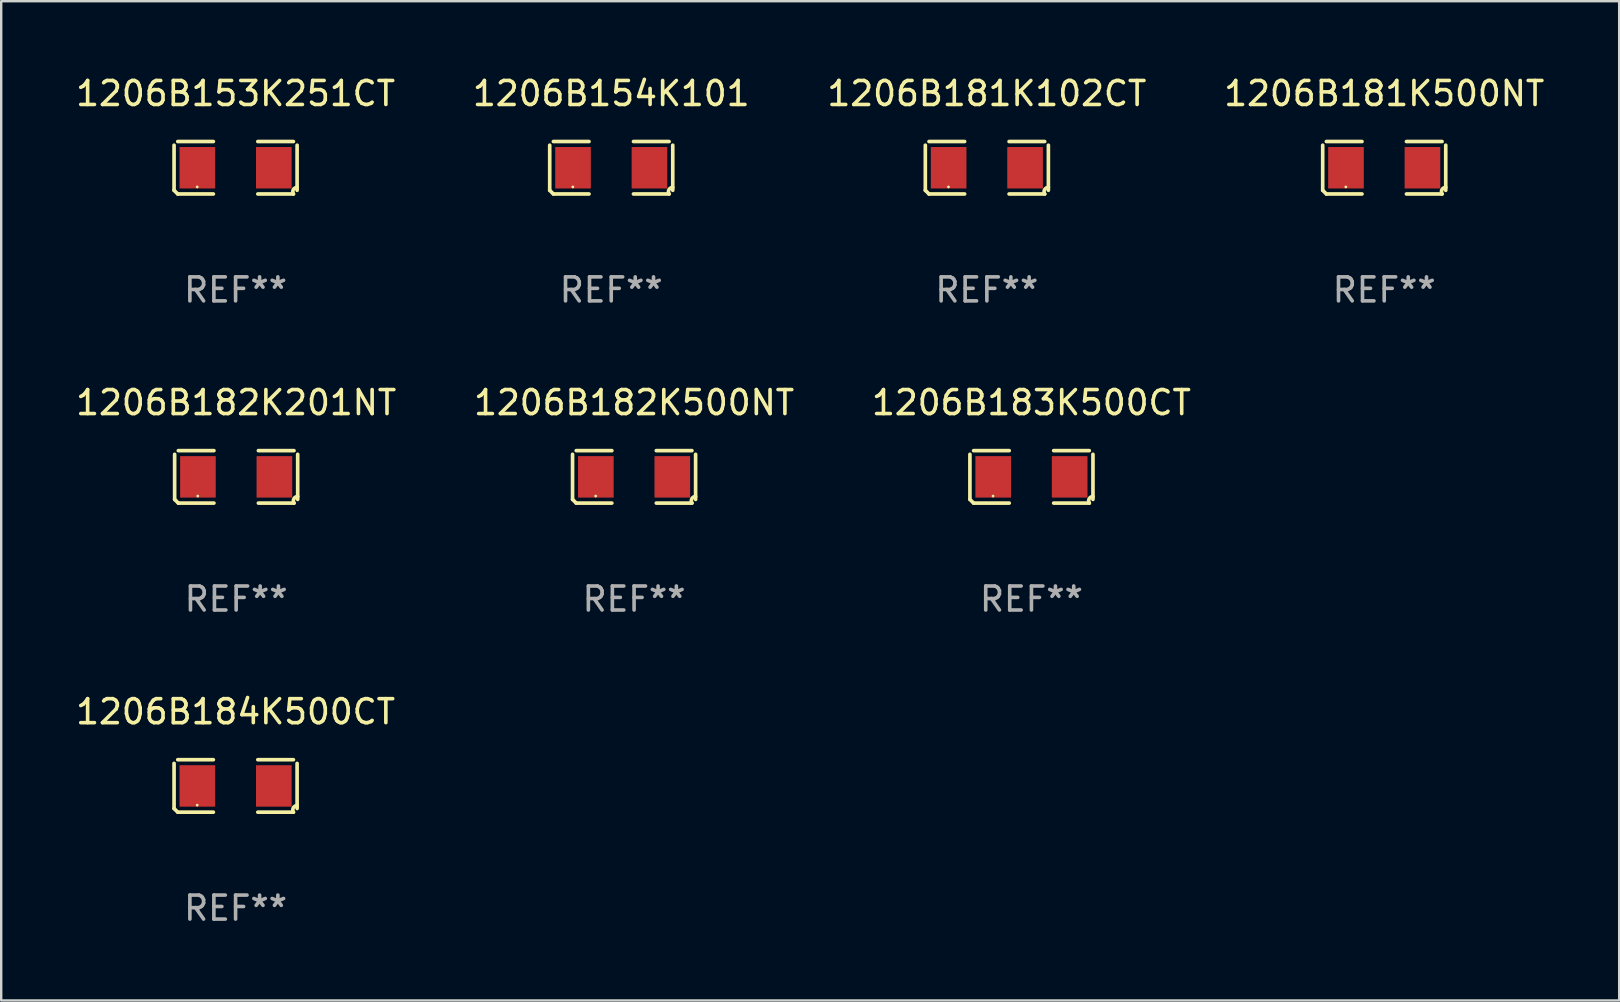
<source format=kicad_pcb>
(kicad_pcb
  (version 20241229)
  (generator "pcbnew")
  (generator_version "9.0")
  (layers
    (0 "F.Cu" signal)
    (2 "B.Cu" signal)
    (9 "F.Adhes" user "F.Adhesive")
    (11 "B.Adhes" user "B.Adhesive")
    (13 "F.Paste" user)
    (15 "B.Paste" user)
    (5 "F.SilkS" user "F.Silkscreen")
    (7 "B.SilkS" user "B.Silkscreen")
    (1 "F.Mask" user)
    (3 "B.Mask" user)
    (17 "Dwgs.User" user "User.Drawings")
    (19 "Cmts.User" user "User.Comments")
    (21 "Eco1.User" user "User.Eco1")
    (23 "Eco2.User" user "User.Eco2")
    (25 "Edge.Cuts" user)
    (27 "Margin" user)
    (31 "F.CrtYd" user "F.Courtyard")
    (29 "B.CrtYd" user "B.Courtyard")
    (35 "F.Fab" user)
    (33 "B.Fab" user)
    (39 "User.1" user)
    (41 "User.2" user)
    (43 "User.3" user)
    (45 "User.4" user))
  (footprint "1206B182K500NT"
    (layer "F.Cu")
    (at 23.375 16.823)
    (property "Reference" "1206B182K500NT" (at 0 -3.093 0) (layer "F.SilkS") (effects (font (size 1 1) (thickness 0.15))))
    (attr through_hole)
    (fp_line (start -2.564 0.94) (end -2.564 -0.94) (stroke (width 0.152) (type solid)) (layer "F.SilkS"))
    (fp_line (start -2.411 -1.093) (end -0.926 -1.093) (stroke (width 0.152) (type solid)) (layer "F.SilkS"))
    (fp_line (start -0.926 1.093) (end -2.411 1.093) (stroke (width 0.152) (type solid)) (layer "F.SilkS"))
    (fp_line (start 0.926 1.093) (end 2.411 1.093) (stroke (width 0.152) (type solid)) (layer "F.SilkS"))
    (fp_line (start 2.411 -1.093) (end 0.926 -1.093) (stroke (width 0.152) (type solid)) (layer "F.SilkS"))
    (fp_line (start 2.564 0.94) (end 2.564 -0.94) (stroke (width 0.152) (type solid)) (layer "F.SilkS"))
    (fp_arc (start -2.411201 1.092609) (mid -2.487413 1.01642) (end -2.563602 0.940208) (stroke (width 0.1524) (type solid)) (layer "F.SilkS"))
    (fp_arc (start 2.411201 1.092609) (mid 2.407159 0.911226) (end 2.563602 0.819347) (stroke (width 0.1524) (type solid)) (layer "F.SilkS"))
    (fp_circle (center -1.6 0.8) (end -1.57 0.8) (stroke (width 0.06) (type solid)) (fill no) (layer "F.SilkS"))
    (fp_text user "REF**" (at 0 5.093 0) (layer "F.Fab") (effects (font (size 1 1) (thickness 0.15))))
    (pad "1" smd rect (at -1.593 0) (size 1.485 1.728) (layers "F.Cu" "F.Mask" "F.Paste"))
    (pad "2" smd rect (at 1.593 0) (size 1.485 1.728) (layers "F.Cu" "F.Mask" "F.Paste")))
  (footprint "1206B154K101"
    (layer "F.Cu")
    (at 22.423 3.941)
    (property "Reference" "1206B154K101" (at 0 -3.093 0) (layer "F.SilkS") (effects (font (size 1 1) (thickness 0.15))))
    (attr through_hole)
    (fp_line (start -2.564 0.94) (end -2.564 -0.94) (stroke (width 0.152) (type solid)) (layer "F.SilkS"))
    (fp_line (start -2.411 -1.093) (end -0.926 -1.093) (stroke (width 0.152) (type solid)) (layer "F.SilkS"))
    (fp_line (start -0.926 1.093) (end -2.411 1.093) (stroke (width 0.152) (type solid)) (layer "F.SilkS"))
    (fp_line (start 0.926 1.093) (end 2.411 1.093) (stroke (width 0.152) (type solid)) (layer "F.SilkS"))
    (fp_line (start 2.411 -1.093) (end 0.926 -1.093) (stroke (width 0.152) (type solid)) (layer "F.SilkS"))
    (fp_line (start 2.564 0.94) (end 2.564 -0.94) (stroke (width 0.152) (type solid)) (layer "F.SilkS"))
    (fp_arc (start -2.411201 1.092609) (mid -2.487413 1.01642) (end -2.563602 0.940208) (stroke (width 0.1524) (type solid)) (layer "F.SilkS"))
    (fp_arc (start 2.411201 1.092609) (mid 2.407159 0.911226) (end 2.563602 0.819347) (stroke (width 0.1524) (type solid)) (layer "F.SilkS"))
    (fp_circle (center -1.6 0.8) (end -1.57 0.8) (stroke (width 0.06) (type solid)) (fill no) (layer "F.SilkS"))
    (fp_text user "REF**" (at 0 5.093 0) (layer "F.Fab") (effects (font (size 1 1) (thickness 0.15))))
    (pad "1" smd rect (at -1.593 0) (size 1.485 1.728) (layers "F.Cu" "F.Mask" "F.Paste"))
    (pad "2" smd rect (at 1.593 0) (size 1.485 1.728) (layers "F.Cu" "F.Mask" "F.Paste")))
  (footprint "1206B153K251CT"
    (layer "F.Cu")
    (at 6.768 3.941)
    (property "Reference" "1206B153K251CT" (at 0 -3.093 0) (layer "F.SilkS") (effects (font (size 1 1) (thickness 0.15))))
    (attr through_hole)
    (fp_line (start -2.564 0.94) (end -2.564 -0.94) (stroke (width 0.152) (type solid)) (layer "F.SilkS"))
    (fp_line (start -2.411 -1.093) (end -0.926 -1.093) (stroke (width 0.152) (type solid)) (layer "F.SilkS"))
    (fp_line (start -0.926 1.093) (end -2.411 1.093) (stroke (width 0.152) (type solid)) (layer "F.SilkS"))
    (fp_line (start 0.926 1.093) (end 2.411 1.093) (stroke (width 0.152) (type solid)) (layer "F.SilkS"))
    (fp_line (start 2.411 -1.093) (end 0.926 -1.093) (stroke (width 0.152) (type solid)) (layer "F.SilkS"))
    (fp_line (start 2.564 0.94) (end 2.564 -0.94) (stroke (width 0.152) (type solid)) (layer "F.SilkS"))
    (fp_arc (start -2.411201 1.092609) (mid -2.487413 1.01642) (end -2.563602 0.940208) (stroke (width 0.1524) (type solid)) (layer "F.SilkS"))
    (fp_arc (start 2.411201 1.092609) (mid 2.407159 0.911226) (end 2.563602 0.819347) (stroke (width 0.1524) (type solid)) (layer "F.SilkS"))
    (fp_circle (center -1.6 0.8) (end -1.57 0.8) (stroke (width 0.06) (type solid)) (fill no) (layer "F.SilkS"))
    (fp_text user "REF**" (at 0 5.093 0) (layer "F.Fab") (effects (font (size 1 1) (thickness 0.15))))
    (pad "1" smd rect (at -1.593 0) (size 1.485 1.728) (layers "F.Cu" "F.Mask" "F.Paste"))
    (pad "2" smd rect (at 1.593 0) (size 1.485 1.728) (layers "F.Cu" "F.Mask" "F.Paste")))
  (footprint "1206B182K201NT"
    (layer "F.Cu")
    (at 6.792 16.823)
    (property "Reference" "1206B182K201NT" (at 0 -3.093 0) (layer "F.SilkS") (effects (font (size 1 1) (thickness 0.15))))
    (attr through_hole)
    (fp_line (start -2.564 0.94) (end -2.564 -0.94) (stroke (width 0.152) (type solid)) (layer "F.SilkS"))
    (fp_line (start -2.411 -1.093) (end -0.926 -1.093) (stroke (width 0.152) (type solid)) (layer "F.SilkS"))
    (fp_line (start -0.926 1.093) (end -2.411 1.093) (stroke (width 0.152) (type solid)) (layer "F.SilkS"))
    (fp_line (start 0.926 1.093) (end 2.411 1.093) (stroke (width 0.152) (type solid)) (layer "F.SilkS"))
    (fp_line (start 2.411 -1.093) (end 0.926 -1.093) (stroke (width 0.152) (type solid)) (layer "F.SilkS"))
    (fp_line (start 2.564 0.94) (end 2.564 -0.94) (stroke (width 0.152) (type solid)) (layer "F.SilkS"))
    (fp_arc (start -2.411201 1.092609) (mid -2.487413 1.01642) (end -2.563602 0.940208) (stroke (width 0.1524) (type solid)) (layer "F.SilkS"))
    (fp_arc (start 2.411201 1.092609) (mid 2.407159 0.911226) (end 2.563602 0.819347) (stroke (width 0.1524) (type solid)) (layer "F.SilkS"))
    (fp_circle (center -1.6 0.8) (end -1.57 0.8) (stroke (width 0.06) (type solid)) (fill no) (layer "F.SilkS"))
    (fp_text user "REF**" (at 0 5.093 0) (layer "F.Fab") (effects (font (size 1 1) (thickness 0.15))))
    (pad "1" smd rect (at -1.593 0) (size 1.485 1.728) (layers "F.Cu" "F.Mask" "F.Paste"))
    (pad "2" smd rect (at 1.593 0) (size 1.485 1.728) (layers "F.Cu" "F.Mask" "F.Paste")))
  (footprint "1206B181K500NT"
    (layer "F.Cu")
    (at 54.637 3.941)
    (property "Reference" "1206B181K500NT" (at 0 -3.093 0) (layer "F.SilkS") (effects (font (size 1 1) (thickness 0.15))))
    (attr through_hole)
    (fp_line (start -2.564 0.94) (end -2.564 -0.94) (stroke (width 0.152) (type solid)) (layer "F.SilkS"))
    (fp_line (start -2.411 -1.093) (end -0.926 -1.093) (stroke (width 0.152) (type solid)) (layer "F.SilkS"))
    (fp_line (start -0.926 1.093) (end -2.411 1.093) (stroke (width 0.152) (type solid)) (layer "F.SilkS"))
    (fp_line (start 0.926 1.093) (end 2.411 1.093) (stroke (width 0.152) (type solid)) (layer "F.SilkS"))
    (fp_line (start 2.411 -1.093) (end 0.926 -1.093) (stroke (width 0.152) (type solid)) (layer "F.SilkS"))
    (fp_line (start 2.564 0.94) (end 2.564 -0.94) (stroke (width 0.152) (type solid)) (layer "F.SilkS"))
    (fp_arc (start -2.411201 1.092609) (mid -2.487413 1.01642) (end -2.563602 0.940208) (stroke (width 0.1524) (type solid)) (layer "F.SilkS"))
    (fp_arc (start 2.411201 1.092609) (mid 2.407159 0.911226) (end 2.563602 0.819347) (stroke (width 0.1524) (type solid)) (layer "F.SilkS"))
    (fp_circle (center -1.6 0.8) (end -1.57 0.8) (stroke (width 0.06) (type solid)) (fill no) (layer "F.SilkS"))
    (fp_text user "REF**" (at 0 5.093 0) (layer "F.Fab") (effects (font (size 1 1) (thickness 0.15))))
    (pad "1" smd rect (at -1.593 0) (size 1.485 1.728) (layers "F.Cu" "F.Mask" "F.Paste"))
    (pad "2" smd rect (at 1.593 0) (size 1.485 1.728) (layers "F.Cu" "F.Mask" "F.Paste")))
  (footprint "1206B181K102CT"
    (layer "F.Cu")
    (at 38.077 3.941)
    (property "Reference" "1206B181K102CT" (at 0 -3.093 0) (layer "F.SilkS") (effects (font (size 1 1) (thickness 0.15))))
    (attr through_hole)
    (fp_line (start -2.564 0.94) (end -2.564 -0.94) (stroke (width 0.152) (type solid)) (layer "F.SilkS"))
    (fp_line (start -2.411 -1.093) (end -0.926 -1.093) (stroke (width 0.152) (type solid)) (layer "F.SilkS"))
    (fp_line (start -0.926 1.093) (end -2.411 1.093) (stroke (width 0.152) (type solid)) (layer "F.SilkS"))
    (fp_line (start 0.926 1.093) (end 2.411 1.093) (stroke (width 0.152) (type solid)) (layer "F.SilkS"))
    (fp_line (start 2.411 -1.093) (end 0.926 -1.093) (stroke (width 0.152) (type solid)) (layer "F.SilkS"))
    (fp_line (start 2.564 0.94) (end 2.564 -0.94) (stroke (width 0.152) (type solid)) (layer "F.SilkS"))
    (fp_arc (start -2.411201 1.092609) (mid -2.487413 1.01642) (end -2.563602 0.940208) (stroke (width 0.1524) (type solid)) (layer "F.SilkS"))
    (fp_arc (start 2.411201 1.092609) (mid 2.407159 0.911226) (end 2.563602 0.819347) (stroke (width 0.1524) (type solid)) (layer "F.SilkS"))
    (fp_circle (center -1.6 0.8) (end -1.57 0.8) (stroke (width 0.06) (type solid)) (fill no) (layer "F.SilkS"))
    (fp_text user "REF**" (at 0 5.093 0) (layer "F.Fab") (effects (font (size 1 1) (thickness 0.15))))
    (pad "1" smd rect (at -1.593 0) (size 1.485 1.728) (layers "F.Cu" "F.Mask" "F.Paste"))
    (pad "2" smd rect (at 1.593 0) (size 1.485 1.728) (layers "F.Cu" "F.Mask" "F.Paste")))
  (footprint "1206B184K500CT"
    (layer "F.Cu")
    (at 6.768 29.704)
    (property "Reference" "1206B184K500CT" (at 0 -3.093 0) (layer "F.SilkS") (effects (font (size 1 1) (thickness 0.15))))
    (attr through_hole)
    (fp_line (start -2.564 0.94) (end -2.564 -0.94) (stroke (width 0.152) (type solid)) (layer "F.SilkS"))
    (fp_line (start -2.411 -1.093) (end -0.926 -1.093) (stroke (width 0.152) (type solid)) (layer "F.SilkS"))
    (fp_line (start -0.926 1.093) (end -2.411 1.093) (stroke (width 0.152) (type solid)) (layer "F.SilkS"))
    (fp_line (start 0.926 1.093) (end 2.411 1.093) (stroke (width 0.152) (type solid)) (layer "F.SilkS"))
    (fp_line (start 2.411 -1.093) (end 0.926 -1.093) (stroke (width 0.152) (type solid)) (layer "F.SilkS"))
    (fp_line (start 2.564 0.94) (end 2.564 -0.94) (stroke (width 0.152) (type solid)) (layer "F.SilkS"))
    (fp_arc (start -2.411201 1.092609) (mid -2.487413 1.01642) (end -2.563602 0.940208) (stroke (width 0.1524) (type solid)) (layer "F.SilkS"))
    (fp_arc (start 2.411201 1.092609) (mid 2.407159 0.911226) (end 2.563602 0.819347) (stroke (width 0.1524) (type solid)) (layer "F.SilkS"))
    (fp_circle (center -1.6 0.8) (end -1.57 0.8) (stroke (width 0.06) (type solid)) (fill no) (layer "F.SilkS"))
    (fp_text user "REF**" (at 0 5.093 0) (layer "F.Fab") (effects (font (size 1 1) (thickness 0.15))))
    (pad "1" smd rect (at -1.593 0) (size 1.485 1.728) (layers "F.Cu" "F.Mask" "F.Paste"))
    (pad "2" smd rect (at 1.593 0) (size 1.485 1.728) (layers "F.Cu" "F.Mask" "F.Paste")))
  (footprint "1206B183K500CT"
    (layer "F.Cu")
    (at 39.935 16.823)
    (property "Reference" "1206B183K500CT" (at 0 -3.093 0) (layer "F.SilkS") (effects (font (size 1 1) (thickness 0.15))))
    (attr through_hole)
    (fp_line (start -2.564 0.94) (end -2.564 -0.94) (stroke (width 0.152) (type solid)) (layer "F.SilkS"))
    (fp_line (start -2.411 -1.093) (end -0.926 -1.093) (stroke (width 0.152) (type solid)) (layer "F.SilkS"))
    (fp_line (start -0.926 1.093) (end -2.411 1.093) (stroke (width 0.152) (type solid)) (layer "F.SilkS"))
    (fp_line (start 0.926 1.093) (end 2.411 1.093) (stroke (width 0.152) (type solid)) (layer "F.SilkS"))
    (fp_line (start 2.411 -1.093) (end 0.926 -1.093) (stroke (width 0.152) (type solid)) (layer "F.SilkS"))
    (fp_line (start 2.564 0.94) (end 2.564 -0.94) (stroke (width 0.152) (type solid)) (layer "F.SilkS"))
    (fp_arc (start -2.411201 1.092609) (mid -2.487413 1.01642) (end -2.563602 0.940208) (stroke (width 0.1524) (type solid)) (layer "F.SilkS"))
    (fp_arc (start 2.411201 1.092609) (mid 2.407159 0.911226) (end 2.563602 0.819347) (stroke (width 0.1524) (type solid)) (layer "F.SilkS"))
    (fp_circle (center -1.6 0.8) (end -1.57 0.8) (stroke (width 0.06) (type solid)) (fill no) (layer "F.SilkS"))
    (fp_text user "REF**" (at 0 5.093 0) (layer "F.Fab") (effects (font (size 1 1) (thickness 0.15))))
    (pad "1" smd rect (at -1.593 0) (size 1.485 1.728) (layers "F.Cu" "F.Mask" "F.Paste"))
    (pad "2" smd rect (at 1.593 0) (size 1.485 1.728) (layers "F.Cu" "F.Mask" "F.Paste")))
  (gr_rect
    (start -3 -3)
    (end 64.429 38.645)
    (stroke (width 0.1) (type default))
    (fill no)
    (layer "Edge.Cuts")))
</source>
